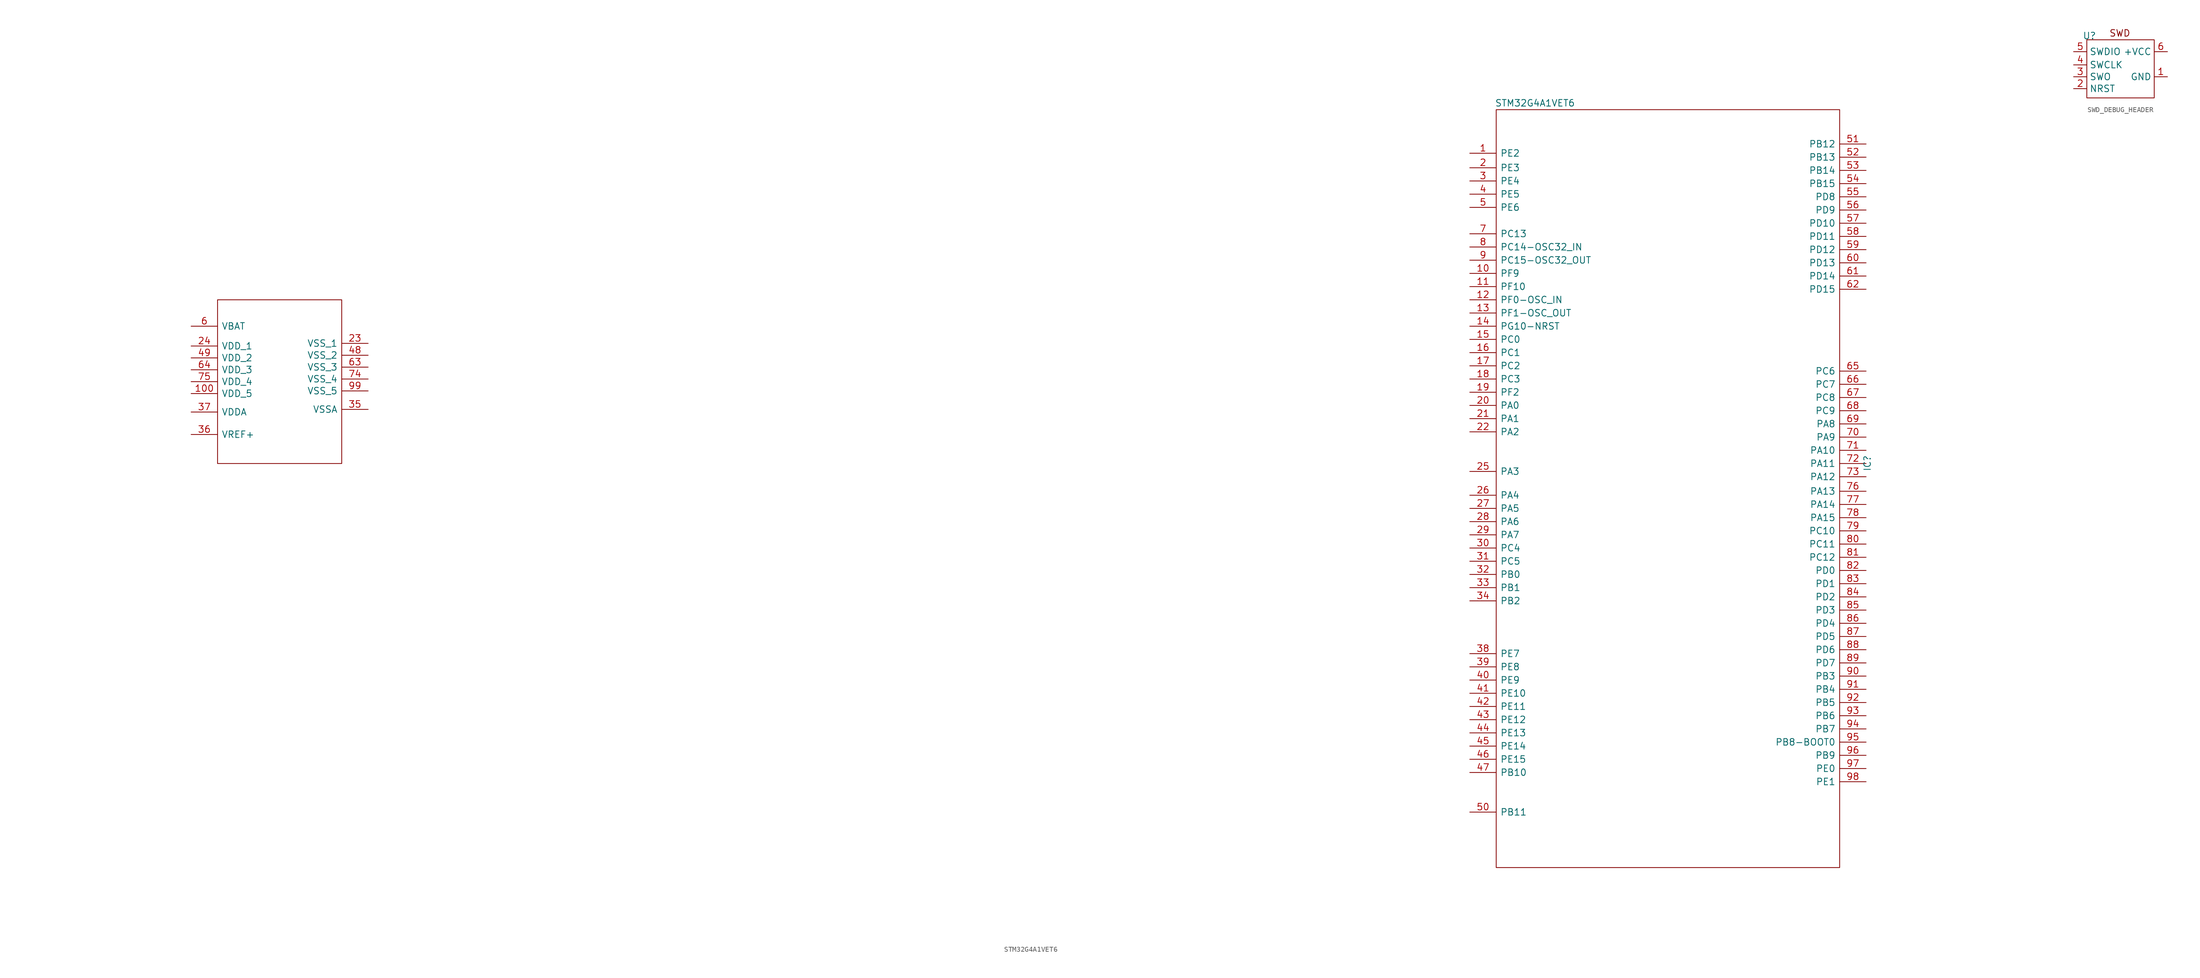
<source format=kicad_sym>
(kicad_symbol_lib
  (version 20220914)
  (generator kicad_symbol_editor)
  (symbol "STM32G4A1VET6"
    (pin_names
      (offset 0.762))
    (property "Reference" "IC"
      (at 76.454 -24.638 90)
      (effects (font (size 1.27 1.27)) (justify left)))
    (property "Value" "STM32G4A1VET6"
      (at 4.826 46.228 0)
      (effects (font (size 1.27 1.27)) (justify left)))
    (symbol "STM32G4A1VET6_0_0"
      (pin passive line (at 0 36.576 0) (length 5.08) (name "PE2" (effects (font (size 1.27 1.27)))) (number "1" (effects (font (size 1.27 1.27)))))
      (pin passive line (at 0 13.462 0) (length 5.08) (name "PF9" (effects (font (size 1.27 1.27)))) (number "10" (effects (font (size 1.27 1.27)))))
      (pin passive line (at -245.872 -9.652 0) (length 5.08) (name "VDD_5" (effects (font (size 1.27 1.27)))) (number "100" (effects (font (size 1.27 1.27)))))
      (pin passive line (at 0 10.922 0) (length 5.08) (name "PF10" (effects (font (size 1.27 1.27)))) (number "11" (effects (font (size 1.27 1.27)))))
      (pin passive line (at 0 8.382 0) (length 5.08) (name "PF0-OSC_IN" (effects (font (size 1.27 1.27)))) (number "12" (effects (font (size 1.27 1.27)))))
      (pin passive line (at 0 5.842 0) (length 5.08) (name "PF1-OSC_OUT" (effects (font (size 1.27 1.27)))) (number "13" (effects (font (size 1.27 1.27)))))
      (pin passive line (at 0 3.302 0) (length 5.08) (name "PG10-NRST" (effects (font (size 1.27 1.27)))) (number "14" (effects (font (size 1.27 1.27)))))
      (pin passive line (at 0 0.762 0) (length 5.08) (name "PC0" (effects (font (size 1.27 1.27)))) (number "15" (effects (font (size 1.27 1.27)))))
      (pin passive line (at 0 -1.778 0) (length 5.08) (name "PC1" (effects (font (size 1.27 1.27)))) (number "16" (effects (font (size 1.27 1.27)))))
      (pin passive line (at 0 -4.318 0) (length 5.08) (name "PC2" (effects (font (size 1.27 1.27)))) (number "17" (effects (font (size 1.27 1.27)))))
      (pin passive line (at 0 -6.858 0) (length 5.08) (name "PC3" (effects (font (size 1.27 1.27)))) (number "18" (effects (font (size 1.27 1.27)))))
      (pin passive line (at 0 -9.398 0) (length 5.08) (name "PF2" (effects (font (size 1.27 1.27)))) (number "19" (effects (font (size 1.27 1.27)))))
      (pin passive line (at 0 33.782 0) (length 5.08) (name "PE3" (effects (font (size 1.27 1.27)))) (number "2" (effects (font (size 1.27 1.27)))))
      (pin passive line (at 0 -11.938 0) (length 5.08) (name "PA0" (effects (font (size 1.27 1.27)))) (number "20" (effects (font (size 1.27 1.27)))))
      (pin passive line (at 0 -14.478 0) (length 5.08) (name "PA1" (effects (font (size 1.27 1.27)))) (number "21" (effects (font (size 1.27 1.27)))))
      (pin passive line (at 0 -17.018 0) (length 5.08) (name "PA2" (effects (font (size 1.27 1.27)))) (number "22" (effects (font (size 1.27 1.27)))))
      (pin passive line (at -211.836 0 180) (length 5.08) (name "VSS_1" (effects (font (size 1.27 1.27)))) (number "23" (effects (font (size 1.27 1.27)))))
      (pin passive line (at -245.872 -0.508 0) (length 5.08) (name "VDD_1" (effects (font (size 1.27 1.27)))) (number "24" (effects (font (size 1.27 1.27)))))
      (pin passive line (at 0 -24.638 0) (length 5.08) (name "PA3" (effects (font (size 1.27 1.27)))) (number "25" (effects (font (size 1.27 1.27)))))
      (pin passive line (at 0 -29.21 0) (length 5.08) (name "PA4" (effects (font (size 1.27 1.27)))) (number "26" (effects (font (size 1.27 1.27)))))
      (pin passive line (at 0 -31.75 0) (length 5.08) (name "PA5" (effects (font (size 1.27 1.27)))) (number "27" (effects (font (size 1.27 1.27)))))
      (pin passive line (at 0 -34.29 0) (length 5.08) (name "PA6" (effects (font (size 1.27 1.27)))) (number "28" (effects (font (size 1.27 1.27)))))
      (pin passive line (at 0 -36.83 0) (length 5.08) (name "PA7" (effects (font (size 1.27 1.27)))) (number "29" (effects (font (size 1.27 1.27)))))
      (pin passive line (at 0 31.242 0) (length 5.08) (name "PE4" (effects (font (size 1.27 1.27)))) (number "3" (effects (font (size 1.27 1.27)))))
      (pin passive line (at 0 -39.37 0) (length 5.08) (name "PC4" (effects (font (size 1.27 1.27)))) (number "30" (effects (font (size 1.27 1.27)))))
      (pin passive line (at 0 -41.91 0) (length 5.08) (name "PC5" (effects (font (size 1.27 1.27)))) (number "31" (effects (font (size 1.27 1.27)))))
      (pin passive line (at 0 -44.45 0) (length 5.08) (name "PB0" (effects (font (size 1.27 1.27)))) (number "32" (effects (font (size 1.27 1.27)))))
      (pin passive line (at 0 -46.99 0) (length 5.08) (name "PB1" (effects (font (size 1.27 1.27)))) (number "33" (effects (font (size 1.27 1.27)))))
      (pin passive line (at 0 -49.53 0) (length 5.08) (name "PB2" (effects (font (size 1.27 1.27)))) (number "34" (effects (font (size 1.27 1.27)))))
      (pin passive line (at -211.836 -12.7 180) (length 5.08) (name "VSSA" (effects (font (size 1.27 1.27)))) (number "35" (effects (font (size 1.27 1.27)))))
      (pin passive line (at -245.872 -17.526 0) (length 5.08) (name "VREF+" (effects (font (size 1.27 1.27)))) (number "36" (effects (font (size 1.27 1.27)))))
      (pin passive line (at -245.872 -13.208 0) (length 5.08) (name "VDDA" (effects (font (size 1.27 1.27)))) (number "37" (effects (font (size 1.27 1.27)))))
      (pin passive line (at 0 -59.69 0) (length 5.08) (name "PE7" (effects (font (size 1.27 1.27)))) (number "38" (effects (font (size 1.27 1.27)))))
      (pin passive line (at 0 -62.23 0) (length 5.08) (name "PE8" (effects (font (size 1.27 1.27)))) (number "39" (effects (font (size 1.27 1.27)))))
      (pin passive line (at 0 28.702 0) (length 5.08) (name "PE5" (effects (font (size 1.27 1.27)))) (number "4" (effects (font (size 1.27 1.27)))))
      (pin passive line (at 0 -64.77 0) (length 5.08) (name "PE9" (effects (font (size 1.27 1.27)))) (number "40" (effects (font (size 1.27 1.27)))))
      (pin passive line (at 0 -67.31 0) (length 5.08) (name "PE10" (effects (font (size 1.27 1.27)))) (number "41" (effects (font (size 1.27 1.27)))))
      (pin passive line (at 0 -69.85 0) (length 5.08) (name "PE11" (effects (font (size 1.27 1.27)))) (number "42" (effects (font (size 1.27 1.27)))))
      (pin passive line (at 0 -72.39 0) (length 5.08) (name "PE12" (effects (font (size 1.27 1.27)))) (number "43" (effects (font (size 1.27 1.27)))))
      (pin passive line (at 0 -74.93 0) (length 5.08) (name "PE13" (effects (font (size 1.27 1.27)))) (number "44" (effects (font (size 1.27 1.27)))))
      (pin passive line (at 0 -77.47 0) (length 5.08) (name "PE14" (effects (font (size 1.27 1.27)))) (number "45" (effects (font (size 1.27 1.27)))))
      (pin passive line (at 0 -80.01 0) (length 5.08) (name "PE15" (effects (font (size 1.27 1.27)))) (number "46" (effects (font (size 1.27 1.27)))))
      (pin passive line (at 0 -82.55 0) (length 5.08) (name "PB10" (effects (font (size 1.27 1.27)))) (number "47" (effects (font (size 1.27 1.27)))))
      (pin passive line (at -211.836 -2.286 180) (length 5.08) (name "VSS_2" (effects (font (size 1.27 1.27)))) (number "48" (effects (font (size 1.27 1.27)))))
      (pin passive line (at -245.872 -2.794 0) (length 5.08) (name "VDD_2" (effects (font (size 1.27 1.27)))) (number "49" (effects (font (size 1.27 1.27)))))
      (pin passive line (at 0 26.162 0) (length 5.08) (name "PE6" (effects (font (size 1.27 1.27)))) (number "5" (effects (font (size 1.27 1.27)))))
      (pin passive line (at 0 -90.17 0) (length 5.08) (name "PB11" (effects (font (size 1.27 1.27)))) (number "50" (effects (font (size 1.27 1.27)))))
      (pin passive line (at 76.2 38.354 180) (length 5.08) (name "PB12" (effects (font (size 1.27 1.27)))) (number "51" (effects (font (size 1.27 1.27)))))
      (pin passive line (at 76.2 35.814 180) (length 5.08) (name "PB13" (effects (font (size 1.27 1.27)))) (number "52" (effects (font (size 1.27 1.27)))))
      (pin passive line (at 76.2 33.274 180) (length 5.08) (name "PB14" (effects (font (size 1.27 1.27)))) (number "53" (effects (font (size 1.27 1.27)))))
      (pin passive line (at 76.2 30.734 180) (length 5.08) (name "PB15" (effects (font (size 1.27 1.27)))) (number "54" (effects (font (size 1.27 1.27)))))
      (pin passive line (at 76.2 28.194 180) (length 5.08) (name "PD8" (effects (font (size 1.27 1.27)))) (number "55" (effects (font (size 1.27 1.27)))))
      (pin passive line (at 76.2 25.654 180) (length 5.08) (name "PD9" (effects (font (size 1.27 1.27)))) (number "56" (effects (font (size 1.27 1.27)))))
      (pin passive line (at 76.2 23.114 180) (length 5.08) (name "PD10" (effects (font (size 1.27 1.27)))) (number "57" (effects (font (size 1.27 1.27)))))
      (pin passive line (at 76.2 20.574 180) (length 5.08) (name "PD11" (effects (font (size 1.27 1.27)))) (number "58" (effects (font (size 1.27 1.27)))))
      (pin passive line (at 76.2 18.034 180) (length 5.08) (name "PD12" (effects (font (size 1.27 1.27)))) (number "59" (effects (font (size 1.27 1.27)))))
      (pin passive line (at -245.872 3.302 0) (length 5.08) (name "VBAT" (effects (font (size 1.27 1.27)))) (number "6" (effects (font (size 1.27 1.27)))))
      (pin passive line (at 76.2 15.494 180) (length 5.08) (name "PD13" (effects (font (size 1.27 1.27)))) (number "60" (effects (font (size 1.27 1.27)))))
      (pin passive line (at 76.2 12.954 180) (length 5.08) (name "PD14" (effects (font (size 1.27 1.27)))) (number "61" (effects (font (size 1.27 1.27)))))
      (pin passive line (at 76.2 10.414 180) (length 5.08) (name "PD15" (effects (font (size 1.27 1.27)))) (number "62" (effects (font (size 1.27 1.27)))))
      (pin passive line (at -211.836 -4.572 180) (length 5.08) (name "VSS_3" (effects (font (size 1.27 1.27)))) (number "63" (effects (font (size 1.27 1.27)))))
      (pin passive line (at -245.872 -5.08 0) (length 5.08) (name "VDD_3" (effects (font (size 1.27 1.27)))) (number "64" (effects (font (size 1.27 1.27)))))
      (pin passive line (at 76.2 -5.334 180) (length 5.08) (name "PC6" (effects (font (size 1.27 1.27)))) (number "65" (effects (font (size 1.27 1.27)))))
      (pin passive line (at 76.2 -7.874 180) (length 5.08) (name "PC7" (effects (font (size 1.27 1.27)))) (number "66" (effects (font (size 1.27 1.27)))))
      (pin passive line (at 76.2 -10.414 180) (length 5.08) (name "PC8" (effects (font (size 1.27 1.27)))) (number "67" (effects (font (size 1.27 1.27)))))
      (pin passive line (at 76.2 -12.954 180) (length 5.08) (name "PC9" (effects (font (size 1.27 1.27)))) (number "68" (effects (font (size 1.27 1.27)))))
      (pin passive line (at 76.2 -15.494 180) (length 5.08) (name "PA8" (effects (font (size 1.27 1.27)))) (number "69" (effects (font (size 1.27 1.27)))))
      (pin passive line (at 0 21.082 0) (length 5.08) (name "PC13" (effects (font (size 1.27 1.27)))) (number "7" (effects (font (size 1.27 1.27)))))
      (pin passive line (at 76.2 -18.034 180) (length 5.08) (name "PA9" (effects (font (size 1.27 1.27)))) (number "70" (effects (font (size 1.27 1.27)))))
      (pin passive line (at 76.2 -20.574 180) (length 5.08) (name "PA10" (effects (font (size 1.27 1.27)))) (number "71" (effects (font (size 1.27 1.27)))))
      (pin passive line (at 76.2 -23.114 180) (length 5.08) (name "PA11" (effects (font (size 1.27 1.27)))) (number "72" (effects (font (size 1.27 1.27)))))
      (pin passive line (at 76.2 -25.654 180) (length 5.08) (name "PA12" (effects (font (size 1.27 1.27)))) (number "73" (effects (font (size 1.27 1.27)))))
      (pin passive line (at -211.836 -6.858 180) (length 5.08) (name "VSS_4" (effects (font (size 1.27 1.27)))) (number "74" (effects (font (size 1.27 1.27)))))
      (pin passive line (at -245.872 -7.366 0) (length 5.08) (name "VDD_4" (effects (font (size 1.27 1.27)))) (number "75" (effects (font (size 1.27 1.27)))))
      (pin passive line (at 76.2 -28.448 180) (length 5.08) (name "PA13" (effects (font (size 1.27 1.27)))) (number "76" (effects (font (size 1.27 1.27)))))
      (pin passive line (at 76.2 -30.988 180) (length 5.08) (name "PA14" (effects (font (size 1.27 1.27)))) (number "77" (effects (font (size 1.27 1.27)))))
      (pin passive line (at 76.2 -33.528 180) (length 5.08) (name "PA15" (effects (font (size 1.27 1.27)))) (number "78" (effects (font (size 1.27 1.27)))))
      (pin passive line (at 76.2 -36.068 180) (length 5.08) (name "PC10" (effects (font (size 1.27 1.27)))) (number "79" (effects (font (size 1.27 1.27)))))
      (pin passive line (at 0 18.542 0) (length 5.08) (name "PC14-OSC32_IN" (effects (font (size 1.27 1.27)))) (number "8" (effects (font (size 1.27 1.27)))))
      (pin passive line (at 76.2 -38.608 180) (length 5.08) (name "PC11" (effects (font (size 1.27 1.27)))) (number "80" (effects (font (size 1.27 1.27)))))
      (pin passive line (at 76.2 -41.148 180) (length 5.08) (name "PC12" (effects (font (size 1.27 1.27)))) (number "81" (effects (font (size 1.27 1.27)))))
      (pin passive line (at 76.2 -43.688 180) (length 5.08) (name "PD0" (effects (font (size 1.27 1.27)))) (number "82" (effects (font (size 1.27 1.27)))))
      (pin passive line (at 76.2 -46.228 180) (length 5.08) (name "PD1" (effects (font (size 1.27 1.27)))) (number "83" (effects (font (size 1.27 1.27)))))
      (pin passive line (at 76.2 -48.768 180) (length 5.08) (name "PD2" (effects (font (size 1.27 1.27)))) (number "84" (effects (font (size 1.27 1.27)))))
      (pin passive line (at 76.2 -51.308 180) (length 5.08) (name "PD3" (effects (font (size 1.27 1.27)))) (number "85" (effects (font (size 1.27 1.27)))))
      (pin passive line (at 76.2 -53.848 180) (length 5.08) (name "PD4" (effects (font (size 1.27 1.27)))) (number "86" (effects (font (size 1.27 1.27)))))
      (pin passive line (at 76.2 -56.388 180) (length 5.08) (name "PD5" (effects (font (size 1.27 1.27)))) (number "87" (effects (font (size 1.27 1.27)))))
      (pin passive line (at 76.2 -58.928 180) (length 5.08) (name "PD6" (effects (font (size 1.27 1.27)))) (number "88" (effects (font (size 1.27 1.27)))))
      (pin passive line (at 76.2 -61.468 180) (length 5.08) (name "PD7" (effects (font (size 1.27 1.27)))) (number "89" (effects (font (size 1.27 1.27)))))
      (pin passive line (at 0 16.002 0) (length 5.08) (name "PC15-OSC32_OUT" (effects (font (size 1.27 1.27)))) (number "9" (effects (font (size 1.27 1.27)))))
      (pin passive line (at 76.2 -64.008 180) (length 5.08) (name "PB3" (effects (font (size 1.27 1.27)))) (number "90" (effects (font (size 1.27 1.27)))))
      (pin passive line (at 76.2 -66.548 180) (length 5.08) (name "PB4" (effects (font (size 1.27 1.27)))) (number "91" (effects (font (size 1.27 1.27)))))
      (pin passive line (at 76.2 -69.088 180) (length 5.08) (name "PB5" (effects (font (size 1.27 1.27)))) (number "92" (effects (font (size 1.27 1.27)))))
      (pin passive line (at 76.2 -71.628 180) (length 5.08) (name "PB6" (effects (font (size 1.27 1.27)))) (number "93" (effects (font (size 1.27 1.27)))))
      (pin passive line (at 76.2 -74.168 180) (length 5.08) (name "PB7" (effects (font (size 1.27 1.27)))) (number "94" (effects (font (size 1.27 1.27)))))
      (pin passive line (at 76.2 -76.708 180) (length 5.08) (name "PB8-BOOT0" (effects (font (size 1.27 1.27)))) (number "95" (effects (font (size 1.27 1.27)))))
      (pin passive line (at 76.2 -79.248 180) (length 5.08) (name "PB9" (effects (font (size 1.27 1.27)))) (number "96" (effects (font (size 1.27 1.27)))))
      (pin passive line (at 76.2 -81.788 180) (length 5.08) (name "PE0" (effects (font (size 1.27 1.27)))) (number "97" (effects (font (size 1.27 1.27)))))
      (pin passive line (at 76.2 -84.328 180) (length 5.08) (name "PE1" (effects (font (size 1.27 1.27)))) (number "98" (effects (font (size 1.27 1.27)))))
      (pin passive line (at -211.836 -9.144 180) (length 5.08) (name "VSS_5" (effects (font (size 1.27 1.27)))) (number "99" (effects (font (size 1.27 1.27))))))
    (symbol "STM32G4A1VET6_0_1"
      (rectangle (start -240.792 8.382) (end -216.916 -23.114) (stroke (width 0) (type default)) (fill (type none)))
      (rectangle (start 5.08 44.958) (end 71.12 -100.838) (stroke (width 0) (type default)) (fill (type none)))))
  (symbol "SWD_DEBUG_HEADER"
    (property "Reference" "U"
      (at -2.032 3.81 0)
      (effects (font (size 1.27 1.27))))
    (property "Value" ""
      (at 0 0 0)
      (effects (font (size 1.27 1.27))))
    (symbol "SWD_DEBUG_HEADER_0_1"
      (rectangle (start -2.54 3.048) (end 10.414 -8.128) (stroke (width 0) (type default)) (fill (type none)))
      (text "SWD\n\n" (at 3.81 3.302 0) (effects (font (size 1.27 1.27)))))
    (symbol "SWD_DEBUG_HEADER_1_1"
      (pin input line (at 12.954 -4.064 180) (length 2.54) (name "GND" (effects (font (size 1.27 1.27)))) (number "1" (effects (font (size 1.27 1.27)))))
      (pin input line (at -5.08 -6.35 0) (length 2.54) (name "NRST" (effects (font (size 1.27 1.27)))) (number "2" (effects (font (size 1.27 1.27)))))
      (pin input line (at -5.08 -4.064 0) (length 2.54) (name "SWO" (effects (font (size 1.27 1.27)))) (number "3" (effects (font (size 1.27 1.27)))))
      (pin input line (at -5.08 -1.778 0) (length 2.54) (name "SWCLK" (effects (font (size 1.27 1.27)))) (number "4" (effects (font (size 1.27 1.27)))))
      (pin input line (at -5.08 0.762 0) (length 2.54) (name "SWDIO" (effects (font (size 1.27 1.27)))) (number "5" (effects (font (size 1.27 1.27)))))
      (pin input line (at 12.954 0.762 180) (length 2.54) (name "+VCC" (effects (font (size 1.27 1.27)))) (number "6" (effects (font (size 1.27 1.27))))))))
</source>
